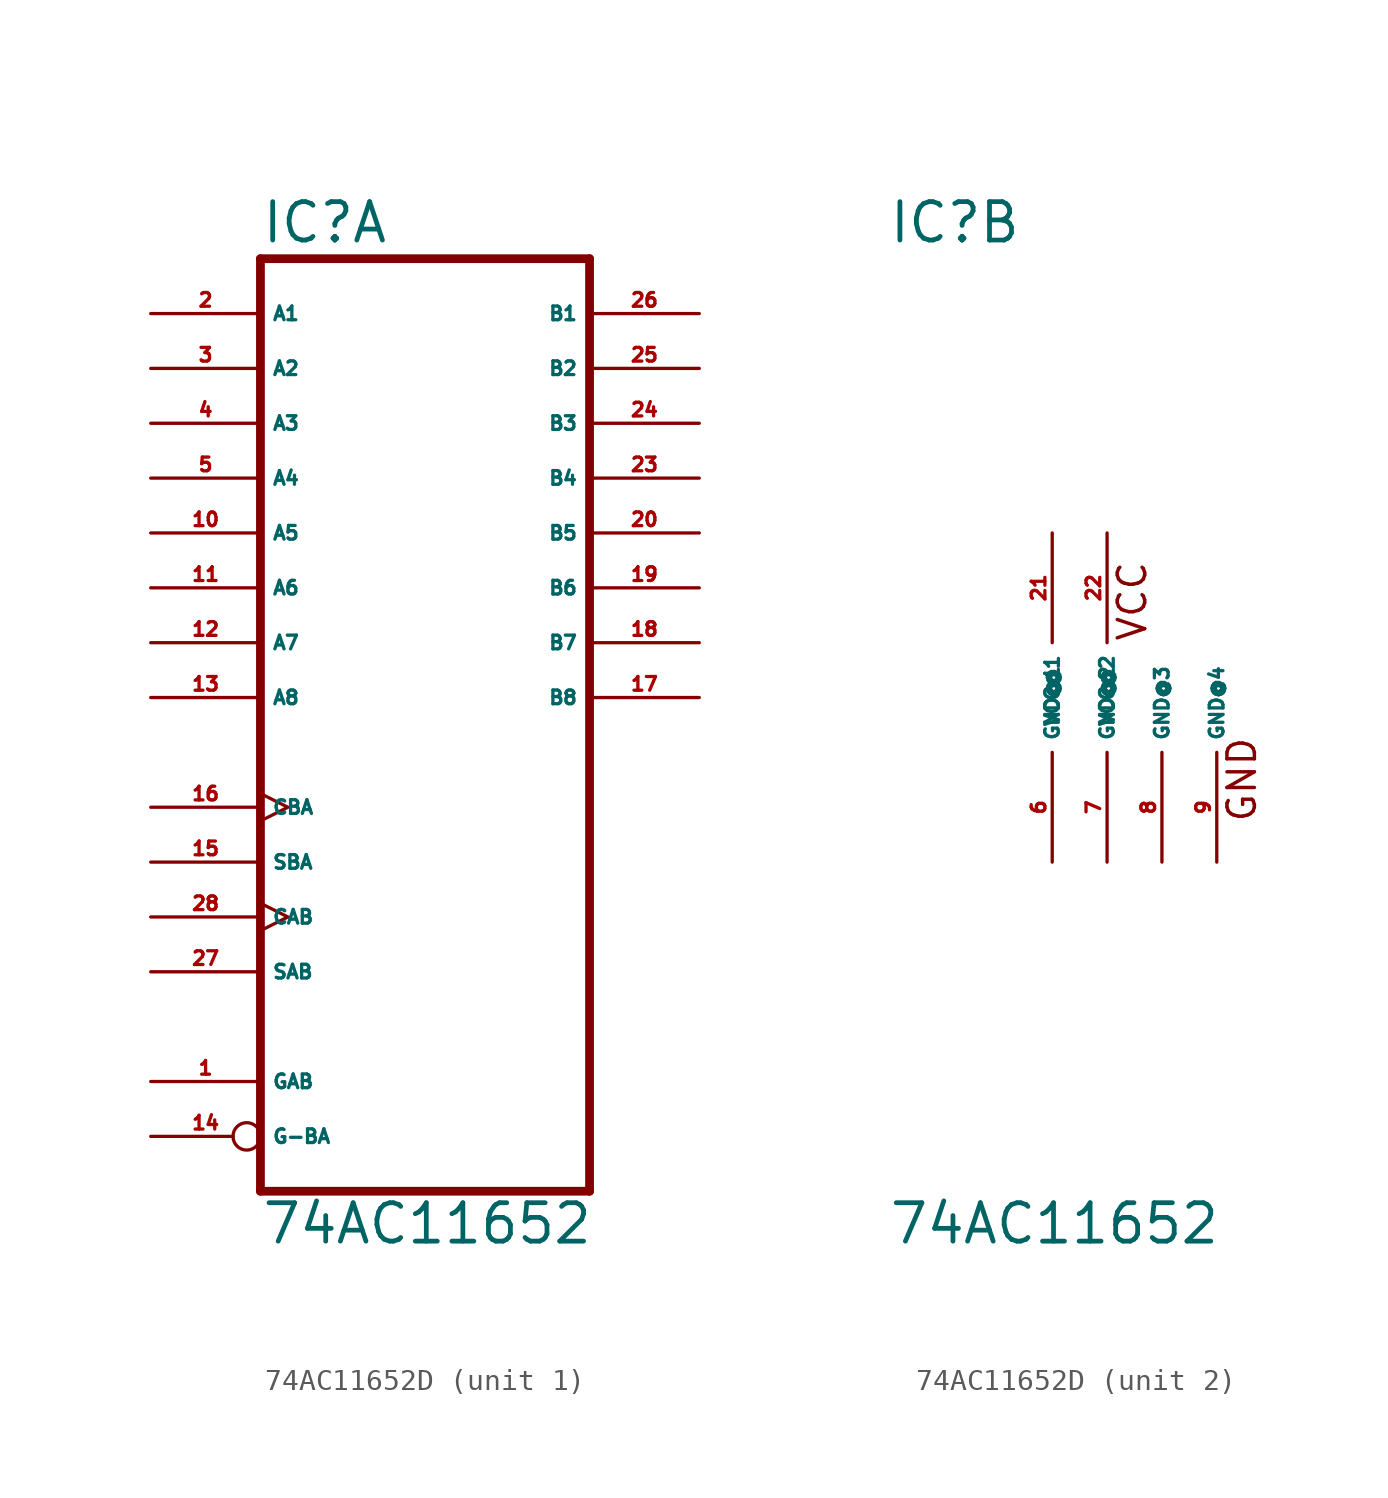
<source format=kicad_sym>
(kicad_symbol_lib
  (version 20220914)
  (generator Eagle2Kicad)
  (symbol "74AC11652D"
    (property "Reference" "IC"
      (at -7.62 20.955 0)
      (effects (font (size 1.778 1.778) (thickness 0.22)) (justify left bottom)))
    (property "Value" "74AC11652"
      (at -7.62 -25.4 0)
      (effects (font (size 1.778 1.778) (thickness 0.22)) (justify left bottom)))
    (symbol "74AC11652D_1_0"
      (polyline (pts (xy -7.62 -22.86) (xy 7.62 -22.86)) (stroke (width 0.406) (type default)) (fill (type none)))
      (polyline (pts (xy 7.62 20.32) (xy 7.62 -22.86)) (stroke (width 0.406) (type default)) (fill (type none)))
      (polyline (pts (xy 7.62 20.32) (xy -7.62 20.32)) (stroke (width 0.406) (type default)) (fill (type none)))
      (polyline (pts (xy -7.62 -22.86) (xy -7.62 20.32)) (stroke (width 0.406) (type default)) (fill (type none)))
      (pin bidirectional line (at -12.7 17.78 0) (length 5.08) (name "A1" (effects (font (size 0.635 0.635) (thickness 0.08)) (justify left bottom))) (number "2" (effects (font (size 0.635 0.635) (thickness 0.08)) (justify left bottom))))
      (pin bidirectional line (at -12.7 15.24 0) (length 5.08) (name "A2" (effects (font (size 0.635 0.635) (thickness 0.08)) (justify left bottom))) (number "3" (effects (font (size 0.635 0.635) (thickness 0.08)) (justify left bottom))))
      (pin bidirectional line (at -12.7 12.7 0) (length 5.08) (name "A3" (effects (font (size 0.635 0.635) (thickness 0.08)) (justify left bottom))) (number "4" (effects (font (size 0.635 0.635) (thickness 0.08)) (justify left bottom))))
      (pin bidirectional line (at -12.7 10.16 0) (length 5.08) (name "A4" (effects (font (size 0.635 0.635) (thickness 0.08)) (justify left bottom))) (number "5" (effects (font (size 0.635 0.635) (thickness 0.08)) (justify left bottom))))
      (pin bidirectional line (at -12.7 7.62 0) (length 5.08) (name "A5" (effects (font (size 0.635 0.635) (thickness 0.08)) (justify left bottom))) (number "10" (effects (font (size 0.635 0.635) (thickness 0.08)) (justify left bottom))))
      (pin bidirectional line (at -12.7 5.08 0) (length 5.08) (name "A6" (effects (font (size 0.635 0.635) (thickness 0.08)) (justify left bottom))) (number "11" (effects (font (size 0.635 0.635) (thickness 0.08)) (justify left bottom))))
      (pin bidirectional line (at -12.7 2.54 0) (length 5.08) (name "A7" (effects (font (size 0.635 0.635) (thickness 0.08)) (justify left bottom))) (number "12" (effects (font (size 0.635 0.635) (thickness 0.08)) (justify left bottom))))
      (pin bidirectional line (at -12.7 0 0) (length 5.08) (name "A8" (effects (font (size 0.635 0.635) (thickness 0.08)) (justify left bottom))) (number "13" (effects (font (size 0.635 0.635) (thickness 0.08)) (justify left bottom))))
      (pin bidirectional line (at 12.7 17.78 180) (length 5.08) (name "B1" (effects (font (size 0.635 0.635) (thickness 0.08)) (justify left bottom))) (number "26" (effects (font (size 0.635 0.635) (thickness 0.08)) (justify left bottom))))
      (pin bidirectional line (at 12.7 15.24 180) (length 5.08) (name "B2" (effects (font (size 0.635 0.635) (thickness 0.08)) (justify left bottom))) (number "25" (effects (font (size 0.635 0.635) (thickness 0.08)) (justify left bottom))))
      (pin bidirectional line (at 12.7 12.7 180) (length 5.08) (name "B3" (effects (font (size 0.635 0.635) (thickness 0.08)) (justify left bottom))) (number "24" (effects (font (size 0.635 0.635) (thickness 0.08)) (justify left bottom))))
      (pin bidirectional line (at 12.7 10.16 180) (length 5.08) (name "B4" (effects (font (size 0.635 0.635) (thickness 0.08)) (justify left bottom))) (number "23" (effects (font (size 0.635 0.635) (thickness 0.08)) (justify left bottom))))
      (pin bidirectional line (at 12.7 7.62 180) (length 5.08) (name "B5" (effects (font (size 0.635 0.635) (thickness 0.08)) (justify left bottom))) (number "20" (effects (font (size 0.635 0.635) (thickness 0.08)) (justify left bottom))))
      (pin bidirectional line (at 12.7 5.08 180) (length 5.08) (name "B6" (effects (font (size 0.635 0.635) (thickness 0.08)) (justify left bottom))) (number "19" (effects (font (size 0.635 0.635) (thickness 0.08)) (justify left bottom))))
      (pin bidirectional line (at 12.7 2.54 180) (length 5.08) (name "B7" (effects (font (size 0.635 0.635) (thickness 0.08)) (justify left bottom))) (number "18" (effects (font (size 0.635 0.635) (thickness 0.08)) (justify left bottom))))
      (pin bidirectional line (at 12.7 0 180) (length 5.08) (name "B8" (effects (font (size 0.635 0.635) (thickness 0.08)) (justify left bottom))) (number "17" (effects (font (size 0.635 0.635) (thickness 0.08)) (justify left bottom))))
      (pin input inverted (at -12.7 -20.32 0) (length 5.08) (name "G-BA" (effects (font (size 0.635 0.635) (thickness 0.08)) (justify left bottom))) (number "14" (effects (font (size 0.635 0.635) (thickness 0.08)) (justify left bottom))))
      (pin input line (at -12.7 -17.78 0) (length 5.08) (name "GAB" (effects (font (size 0.635 0.635) (thickness 0.08)) (justify left bottom))) (number "1" (effects (font (size 0.635 0.635) (thickness 0.08)) (justify left bottom))))
      (pin input clock (at -12.7 -5.08 0) (length 5.08) (name "CBA" (effects (font (size 0.635 0.635) (thickness 0.08)) (justify left bottom))) (number "16" (effects (font (size 0.635 0.635) (thickness 0.08)) (justify left bottom))))
      (pin input line (at -12.7 -7.62 0) (length 5.08) (name "SBA" (effects (font (size 0.635 0.635) (thickness 0.08)) (justify left bottom))) (number "15" (effects (font (size 0.635 0.635) (thickness 0.08)) (justify left bottom))))
      (pin input clock (at -12.7 -10.16 0) (length 5.08) (name "CAB" (effects (font (size 0.635 0.635) (thickness 0.08)) (justify left bottom))) (number "28" (effects (font (size 0.635 0.635) (thickness 0.08)) (justify left bottom))))
      (pin input line (at -12.7 -12.7 0) (length 5.08) (name "SAB" (effects (font (size 0.635 0.635) (thickness 0.08)) (justify left bottom))) (number "27" (effects (font (size 0.635 0.635) (thickness 0.08)) (justify left bottom)))))
    (symbol "74AC11652D_2_0"
      (text "VCC" (at 4.445 2.54 900) (effects (font (size 1.27 1.27) (thickness 0.16)) (justify left bottom)))
      (text "GND" (at 9.525 -5.842 900) (effects (font (size 1.27 1.27) (thickness 0.16)) (justify left bottom)))
      (pin unspecified line (at 0 -7.62 90) (length 5.08) (name "GND@1" (effects (font (size 0.635 0.635) (thickness 0.08)) (justify left bottom))) (number "6" (effects (font (size 0.635 0.635) (thickness 0.08)) (justify left bottom))))
      (pin unspecified line (at 2.54 -7.62 90) (length 5.08) (name "GND@2" (effects (font (size 0.635 0.635) (thickness 0.08)) (justify left bottom))) (number "7" (effects (font (size 0.635 0.635) (thickness 0.08)) (justify left bottom))))
      (pin unspecified line (at 5.08 -7.62 90) (length 5.08) (name "GND@3" (effects (font (size 0.635 0.635) (thickness 0.08)) (justify left bottom))) (number "8" (effects (font (size 0.635 0.635) (thickness 0.08)) (justify left bottom))))
      (pin unspecified line (at 7.62 -7.62 90) (length 5.08) (name "GND@4" (effects (font (size 0.635 0.635) (thickness 0.08)) (justify left bottom))) (number "9" (effects (font (size 0.635 0.635) (thickness 0.08)) (justify left bottom))))
      (pin unspecified line (at 0 7.62 270) (length 5.08) (name "VCC@1" (effects (font (size 0.635 0.635) (thickness 0.08)) (justify left bottom))) (number "21" (effects (font (size 0.635 0.635) (thickness 0.08)) (justify left bottom))))
      (pin unspecified line (at 2.54 7.62 270) (length 5.08) (name "VCC@2" (effects (font (size 0.635 0.635) (thickness 0.08)) (justify left bottom))) (number "22" (effects (font (size 0.635 0.635) (thickness 0.08)) (justify left bottom)))))))
</source>
